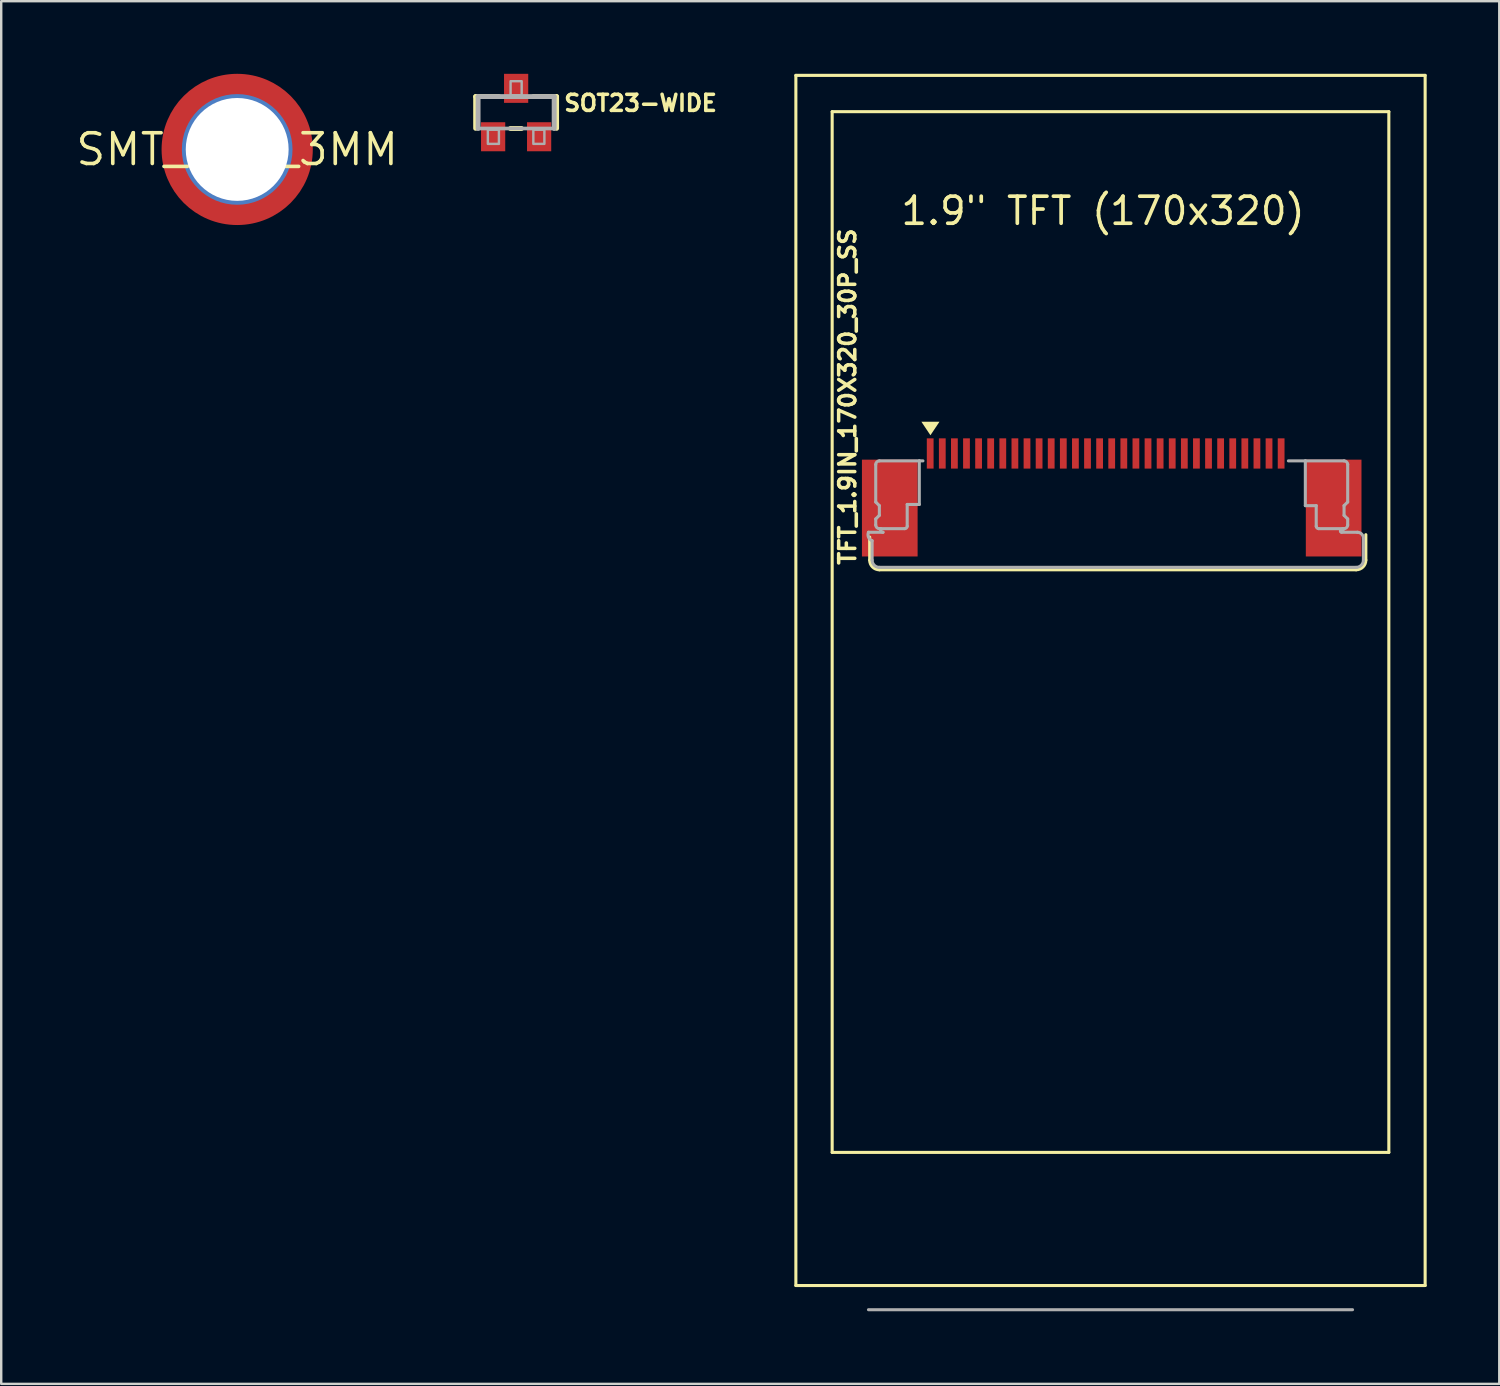
<source format=kicad_pcb>
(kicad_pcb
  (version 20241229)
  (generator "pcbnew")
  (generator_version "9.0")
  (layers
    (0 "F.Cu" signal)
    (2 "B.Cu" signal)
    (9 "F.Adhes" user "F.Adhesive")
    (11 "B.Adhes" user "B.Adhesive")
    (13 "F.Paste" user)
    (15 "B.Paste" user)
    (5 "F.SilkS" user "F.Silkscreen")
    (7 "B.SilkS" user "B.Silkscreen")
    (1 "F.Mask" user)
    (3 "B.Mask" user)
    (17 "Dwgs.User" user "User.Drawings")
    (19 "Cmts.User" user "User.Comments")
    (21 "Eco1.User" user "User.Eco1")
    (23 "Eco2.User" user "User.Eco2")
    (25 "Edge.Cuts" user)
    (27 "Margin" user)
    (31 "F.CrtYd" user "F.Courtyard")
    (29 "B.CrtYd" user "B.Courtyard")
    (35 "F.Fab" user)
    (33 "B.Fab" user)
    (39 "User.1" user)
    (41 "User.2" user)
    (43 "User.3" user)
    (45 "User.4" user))
  (footprint "SMT_NUT_3MM"
    (layer "F.Cu")
    (at 6.75 3.124)
    (property "Reference" "SMT_NUT_3MM" (at 0 0 0) (unlocked yes) (layer "F.SilkS") (effects (font (size 1.27 1.27) (thickness 0.15))))
    (fp_circle (center 0 0) (end 2.616 0) (stroke (width 1.016) (type solid)) (fill no) (layer "F.Cu"))
    (fp_circle (center 0 0) (end 2.616 0) (stroke (width 1.016) (type solid)) (fill no) (layer "F.Mask"))
    (fp_arc (start -2.6 0) (mid -2.370026 -1.099011) (end -1.7 -1.999999) (stroke (width 1) (type solid)) (layer "F.Paste"))
    (fp_arc (start 0 -2.6) (mid 1.099011 -2.370026) (end 1.999999 -1.7) (stroke (width 1) (type solid)) (layer "F.Paste"))
    (fp_arc (start 0 2.6) (mid -1.099011 2.370026) (end -1.999999 1.7) (stroke (width 1) (type solid)) (layer "F.Paste"))
    (fp_arc (start 2.6 0) (mid 2.370026 1.099011) (end 1.7 1.999999) (stroke (width 1) (type solid)) (layer "F.Paste"))
    (pad "P$1" thru_hole circle (at 0 0) (size 4.572 4.572) (drill 4.25) (layers "*.Cu" "*.Mask")))
  (footprint "SOT23-WIDE"
    (layer "F.Cu")
    (at 18.275 1.6)
    (property "Reference" "SOT23-WIDE" (at 1.905 0 0) (unlocked yes) (layer "F.SilkS") (effects (font (size 0.666 0.666) (thickness 0.146)) (justify left bottom)))
    (fp_line (start -1.672 -0.66) (end -0.714 -0.66) (stroke (width 0.203) (type solid)) (layer "F.SilkS"))
    (fp_line (start -1.672 0.652) (end -1.672 -0.66) (stroke (width 0.203) (type solid)) (layer "F.SilkS"))
    (fp_line (start 0.222 0.66) (end -0.236 0.66) (stroke (width 0.203) (type solid)) (layer "F.SilkS"))
    (fp_line (start 0.714 -0.66) (end 1.672 -0.66) (stroke (width 0.203) (type solid)) (layer "F.SilkS"))
    (fp_line (start 1.672 -0.66) (end 1.672 0.652) (stroke (width 0.203) (type solid)) (layer "F.SilkS"))
    (fp_line (start -1.572 -0.66) (end 1.572 -0.66) (stroke (width 0.203) (type solid)) (layer "F.Fab"))
    (fp_line (start -1.572 0.66) (end -1.572 -0.66) (stroke (width 0.203) (type solid)) (layer "F.Fab"))
    (fp_line (start 1.572 -0.66) (end 1.572 0.66) (stroke (width 0.203) (type solid)) (layer "F.Fab"))
    (fp_line (start 1.572 0.66) (end -1.572 0.66) (stroke (width 0.152) (type solid)) (layer "F.Fab"))
    (fp_poly (pts (xy -1.168 1.295) (xy -0.711 1.295) (xy -0.711 0.711) (xy -1.168 0.711)) (stroke (width 0.1) (type default)) (fill no) (layer "F.Fab"))
    (fp_poly (pts (xy -0.229 -0.711) (xy 0.229 -0.711) (xy 0.229 -1.295) (xy -0.229 -1.295)) (stroke (width 0.1) (type default)) (fill no) (layer "F.Fab"))
    (fp_poly (pts (xy 0.711 1.295) (xy 1.168 1.295) (xy 1.168 0.711) (xy 0.711 0.711)) (stroke (width 0.1) (type default)) (fill no) (layer "F.Fab"))
    (pad "1" smd rect (at -0.95 1) (size 1 1.2) (layers "F.Cu" "F.Mask" "F.Paste"))
    (pad "2" smd rect (at 0.95 1) (size 1 1.2) (layers "F.Cu" "F.Mask" "F.Paste"))
    (pad "3" smd rect (at 0 -1) (size 1 1.2) (layers "F.Cu" "F.Mask" "F.Paste")))
  (footprint "TFT_1.9IN_170X320_30P_SS"
    (layer "F.Cu")
    (at 42.633 16.922)
    (property "Reference" "TFT_1.9IN_170X320_30P_SS" (at -10.277 3.446 90) (unlocked yes) (layer "F.SilkS") (effects (font (size 0.666 0.666) (thickness 0.146)) (justify left bottom)))
    (fp_line (start -12.8 -16.858) (end -12.8 33.142) (stroke (width 0.127) (type solid)) (layer "F.SilkS"))
    (fp_line (start -12.8 33.142) (end 13.2 33.142) (stroke (width 0.127) (type solid)) (layer "F.SilkS"))
    (fp_line (start -11.3 -15.358) (end -11.3 27.642) (stroke (width 0.127) (type solid)) (layer "F.SilkS"))
    (fp_line (start -11.3 27.642) (end 11.7 27.642) (stroke (width 0.127) (type solid)) (layer "F.SilkS"))
    (fp_line (start -9.75 2.22) (end -9.75 3.17) (stroke (width 0.127) (type solid)) (layer "F.SilkS"))
    (fp_line (start -9.35 3.57) (end 10.35 3.57) (stroke (width 0.127) (type solid)) (layer "F.SilkS"))
    (fp_line (start 10.75 3.17) (end 10.75 2.12) (stroke (width 0.127) (type solid)) (layer "F.SilkS"))
    (fp_line (start 11.7 -15.358) (end -11.3 -15.358) (stroke (width 0.127) (type solid)) (layer "F.SilkS"))
    (fp_line (start 11.7 27.642) (end 11.7 -15.358) (stroke (width 0.127) (type solid)) (layer "F.SilkS"))
    (fp_line (start 13.2 -16.858) (end -12.8 -16.858) (stroke (width 0.127) (type solid)) (layer "F.SilkS"))
    (fp_line (start 13.2 33.142) (end 13.2 -16.858) (stroke (width 0.127) (type solid)) (layer "F.SilkS"))
    (fp_arc (start -9.35 3.57) (mid -9.632843 3.452843) (end -9.75 3.17) (stroke (width 0.127) (type solid)) (layer "F.SilkS"))
    (fp_arc (start 10.75 3.17) (mid 10.632843 3.452843) (end 10.35 3.57) (stroke (width 0.127) (type solid)) (layer "F.SilkS"))
    (fp_poly (pts (xy -7.24 -1.988) (xy -7.613 -2.546) (xy -6.867 -2.546)) (stroke (width 0) (type default)) (fill yes) (layer "F.SilkS"))
    (fp_line (start -9.65 2.37) (end -9.65 3.17) (stroke (width 0.127) (type solid)) (layer "F.Fab"))
    (fp_line (start -9.5 -0.78) (end -9.5 0.77) (stroke (width 0.127) (type solid)) (layer "F.Fab"))
    (fp_line (start -9.5 0.77) (end -9.35 0.92) (stroke (width 0.127) (type solid)) (layer "F.Fab"))
    (fp_line (start -9.5 1.47) (end -9.5 1.72) (stroke (width 0.127) (type solid)) (layer "F.Fab"))
    (fp_line (start -9.35 0.92) (end -9.35 1.32) (stroke (width 0.127) (type solid)) (layer "F.Fab"))
    (fp_line (start -9.35 1.32) (end -9.5 1.47) (stroke (width 0.127) (type solid)) (layer "F.Fab"))
    (fp_line (start -9.35 1.87) (end -9.3 1.87) (stroke (width 0.127) (type solid)) (layer "F.Fab"))
    (fp_line (start -9.35 3.47) (end 10.35 3.47) (stroke (width 0.127) (type solid)) (layer "F.Fab"))
    (fp_line (start -9.3 1.87) (end -9.3 1.92) (stroke (width 0.127) (type solid)) (layer "F.Fab"))
    (fp_line (start -9.3 1.87) (end -8.3 1.87) (stroke (width 0.127) (type solid)) (layer "F.Fab"))
    (fp_line (start -9.2 2.02) (end -9.8 2.02) (stroke (width 0.127) (type solid)) (layer "F.Fab"))
    (fp_line (start -8.2 0.87) (end -7.7 0.87) (stroke (width 0.127) (type solid)) (layer "F.Fab"))
    (fp_line (start -8.2 1.77) (end -8.2 0.87) (stroke (width 0.127) (type solid)) (layer "F.Fab"))
    (fp_line (start -7.7 -0.93) (end -9.35 -0.93) (stroke (width 0.127) (type solid)) (layer "F.Fab"))
    (fp_line (start -7.7 0.87) (end -7.7 -0.93) (stroke (width 0.127) (type solid)) (layer "F.Fab"))
    (fp_line (start -7.55 -0.93) (end -7.7 -0.93) (stroke (width 0.127) (type solid)) (layer "F.Fab"))
    (fp_line (start 8.25 -0.93) (end 7.55 -0.93) (stroke (width 0.127) (type solid)) (layer "F.Fab"))
    (fp_line (start 8.25 -0.93) (end 8.25 0.92) (stroke (width 0.127) (type solid)) (layer "F.Fab"))
    (fp_line (start 8.25 0.92) (end 8.7 0.92) (stroke (width 0.127) (type solid)) (layer "F.Fab"))
    (fp_line (start 8.7 0.92) (end 8.7 1.77) (stroke (width 0.127) (type solid)) (layer "F.Fab"))
    (fp_line (start 8.8 1.87) (end 9.8 1.87) (stroke (width 0.127) (type solid)) (layer "F.Fab"))
    (fp_line (start 9.7 1.97) (end 9.8 1.97) (stroke (width 0.127) (type solid)) (layer "F.Fab"))
    (fp_line (start 9.8 1.87) (end 9.85 1.87) (stroke (width 0.127) (type solid)) (layer "F.Fab"))
    (fp_line (start 9.8 1.97) (end 9.8 1.87) (stroke (width 0.127) (type solid)) (layer "F.Fab"))
    (fp_line (start 9.85 -0.93) (end 8.25 -0.93) (stroke (width 0.127) (type solid)) (layer "F.Fab"))
    (fp_line (start 9.85 0.92) (end 10 0.77) (stroke (width 0.127) (type solid)) (layer "F.Fab"))
    (fp_line (start 9.85 1.32) (end 9.85 0.92) (stroke (width 0.127) (type solid)) (layer "F.Fab"))
    (fp_line (start 10 0.77) (end 10 -0.78) (stroke (width 0.127) (type solid)) (layer "F.Fab"))
    (fp_line (start 10 1.47) (end 9.85 1.32) (stroke (width 0.127) (type solid)) (layer "F.Fab"))
    (fp_line (start 10 1.72) (end 10 1.47) (stroke (width 0.127) (type solid)) (layer "F.Fab"))
    (fp_line (start 10.2 34.142) (end -9.8 34.142) (stroke (width 0.127) (type solid)) (layer "F.Fab"))
    (fp_line (start 10.4 2.02) (end 9.75 2.02) (stroke (width 0.127) (type solid)) (layer "F.Fab"))
    (fp_line (start 10.65 3.17) (end 10.65 2.27) (stroke (width 0.127) (type solid)) (layer "F.Fab"))
    (fp_arc (start -9.65 2.37) (mid -9.797487 2.226066) (end -9.8 2.02) (stroke (width 0.127) (type solid)) (layer "F.Fab"))
    (fp_arc (start -9.5 -0.78) (mid -9.456066 -0.886066) (end -9.35 -0.93) (stroke (width 0.127) (type solid)) (layer "F.Fab"))
    (fp_arc (start -9.35 1.87) (mid -9.456066 1.826066) (end -9.5 1.72) (stroke (width 0.127) (type solid)) (layer "F.Fab"))
    (fp_arc (start -9.35 3.47) (mid -9.562132 3.382132) (end -9.65 3.17) (stroke (width 0.127) (type solid)) (layer "F.Fab"))
    (fp_arc (start -9.2 2.02) (mid -9.270711 1.990711) (end -9.3 1.92) (stroke (width 0.127) (type solid)) (layer "F.Fab"))
    (fp_arc (start -8.2 1.77) (mid -8.229289 1.840711) (end -8.3 1.87) (stroke (width 0.127) (type solid)) (layer "F.Fab"))
    (fp_arc (start 8.8 1.87) (mid 8.729289 1.840711) (end 8.7 1.77) (stroke (width 0.127) (type solid)) (layer "F.Fab"))
    (fp_arc (start 9.75 2.02) (mid 9.714645 2.005355) (end 9.7 1.97) (stroke (width 0.127) (type solid)) (layer "F.Fab"))
    (fp_arc (start 9.85 -0.93) (mid 9.956066 -0.886066) (end 10 -0.78) (stroke (width 0.127) (type solid)) (layer "F.Fab"))
    (fp_arc (start 10 1.72) (mid 9.956066 1.826066) (end 9.85 1.87) (stroke (width 0.127) (type solid)) (layer "F.Fab"))
    (fp_arc (start 10.4 2.02) (mid 10.576777 2.093223) (end 10.65 2.27) (stroke (width 0.127) (type solid)) (layer "F.Fab"))
    (fp_arc (start 10.65 3.17) (mid 10.562132 3.382132) (end 10.35 3.47) (stroke (width 0.127) (type solid)) (layer "F.Fab"))
    (fp_text user "1.9\" TFT (170x320)" (at -0.11 -11.258 0) (layer "F.SilkS") (effects (font (size 1.118 1.118) (thickness 0.152))))
    (pad "1" smd rect (at -7.25 -1.236 180) (size 0.28 1.25) (layers "F.Cu" "F.Mask" "F.Paste"))
    (pad "2" smd rect (at -6.75 -1.236 180) (size 0.28 1.25) (layers "F.Cu" "F.Mask" "F.Paste"))
    (pad "3" smd rect (at -6.25 -1.236 180) (size 0.28 1.25) (layers "F.Cu" "F.Mask" "F.Paste"))
    (pad "4" smd rect (at -5.75 -1.236 180) (size 0.28 1.25) (layers "F.Cu" "F.Mask" "F.Paste"))
    (pad "5" smd rect (at -5.25 -1.236 180) (size 0.28 1.25) (layers "F.Cu" "F.Mask" "F.Paste"))
    (pad "6" smd rect (at -4.75 -1.236 180) (size 0.28 1.25) (layers "F.Cu" "F.Mask" "F.Paste"))
    (pad "7" smd rect (at -4.25 -1.236 180) (size 0.28 1.25) (layers "F.Cu" "F.Mask" "F.Paste"))
    (pad "8" smd rect (at -3.75 -1.236 180) (size 0.28 1.25) (layers "F.Cu" "F.Mask" "F.Paste"))
    (pad "9" smd rect (at -3.25 -1.236 180) (size 0.28 1.25) (layers "F.Cu" "F.Mask" "F.Paste"))
    (pad "10" smd rect (at -2.75 -1.236 180) (size 0.28 1.25) (layers "F.Cu" "F.Mask" "F.Paste"))
    (pad "11" smd rect (at -2.25 -1.236 180) (size 0.28 1.25) (layers "F.Cu" "F.Mask" "F.Paste"))
    (pad "12" smd rect (at -1.75 -1.236 180) (size 0.28 1.25) (layers "F.Cu" "F.Mask" "F.Paste"))
    (pad "13" smd rect (at -1.25 -1.236 180) (size 0.28 1.25) (layers "F.Cu" "F.Mask" "F.Paste"))
    (pad "14" smd rect (at -0.75 -1.236 180) (size 0.28 1.25) (layers "F.Cu" "F.Mask" "F.Paste"))
    (pad "15" smd rect (at -0.25 -1.236 180) (size 0.28 1.25) (layers "F.Cu" "F.Mask" "F.Paste"))
    (pad "16" smd rect (at 0.25 -1.236 180) (size 0.28 1.25) (layers "F.Cu" "F.Mask" "F.Paste"))
    (pad "17" smd rect (at 0.75 -1.236 180) (size 0.28 1.25) (layers "F.Cu" "F.Mask" "F.Paste"))
    (pad "18" smd rect (at 1.25 -1.236 180) (size 0.28 1.25) (layers "F.Cu" "F.Mask" "F.Paste"))
    (pad "19" smd rect (at 1.75 -1.236 180) (size 0.28 1.25) (layers "F.Cu" "F.Mask" "F.Paste"))
    (pad "20" smd rect (at 2.25 -1.236 180) (size 0.28 1.25) (layers "F.Cu" "F.Mask" "F.Paste"))
    (pad "21" smd rect (at 2.75 -1.236 180) (size 0.28 1.25) (layers "F.Cu" "F.Mask" "F.Paste"))
    (pad "22" smd rect (at 3.25 -1.236 180) (size 0.28 1.25) (layers "F.Cu" "F.Mask" "F.Paste"))
    (pad "23" smd rect (at 3.75 -1.236 180) (size 0.28 1.25) (layers "F.Cu" "F.Mask" "F.Paste"))
    (pad "24" smd rect (at 4.25 -1.236 180) (size 0.28 1.25) (layers "F.Cu" "F.Mask" "F.Paste"))
    (pad "25" smd rect (at 4.75 -1.236 180) (size 0.28 1.25) (layers "F.Cu" "F.Mask" "F.Paste"))
    (pad "26" smd rect (at 5.25 -1.236 180) (size 0.28 1.25) (layers "F.Cu" "F.Mask" "F.Paste"))
    (pad "27" smd rect (at 5.75 -1.236 180) (size 0.28 1.25) (layers "F.Cu" "F.Mask" "F.Paste"))
    (pad "28" smd rect (at 6.25 -1.236 180) (size 0.28 1.25) (layers "F.Cu" "F.Mask" "F.Paste"))
    (pad "29" smd rect (at 6.75 -1.236 180) (size 0.28 1.25) (layers "F.Cu" "F.Mask" "F.Paste"))
    (pad "30" smd rect (at 7.25 -1.236 180) (size 0.28 1.25) (layers "F.Cu" "F.Mask" "F.Paste"))
    (pad "MNT1" smd rect (at -8.92 1.02) (size 2.3 4) (layers "F.Cu" "F.Mask" "F.Paste"))
    (pad "MNT2" smd rect (at 9.42 1.02) (size 2.3 4) (layers "F.Cu" "F.Mask" "F.Paste")))
  (gr_rect
    (start -3 -3)
    (end 58.896 54.127)
    (stroke (width 0.1) (type default))
    (fill no)
    (layer "Edge.Cuts")))
</source>
